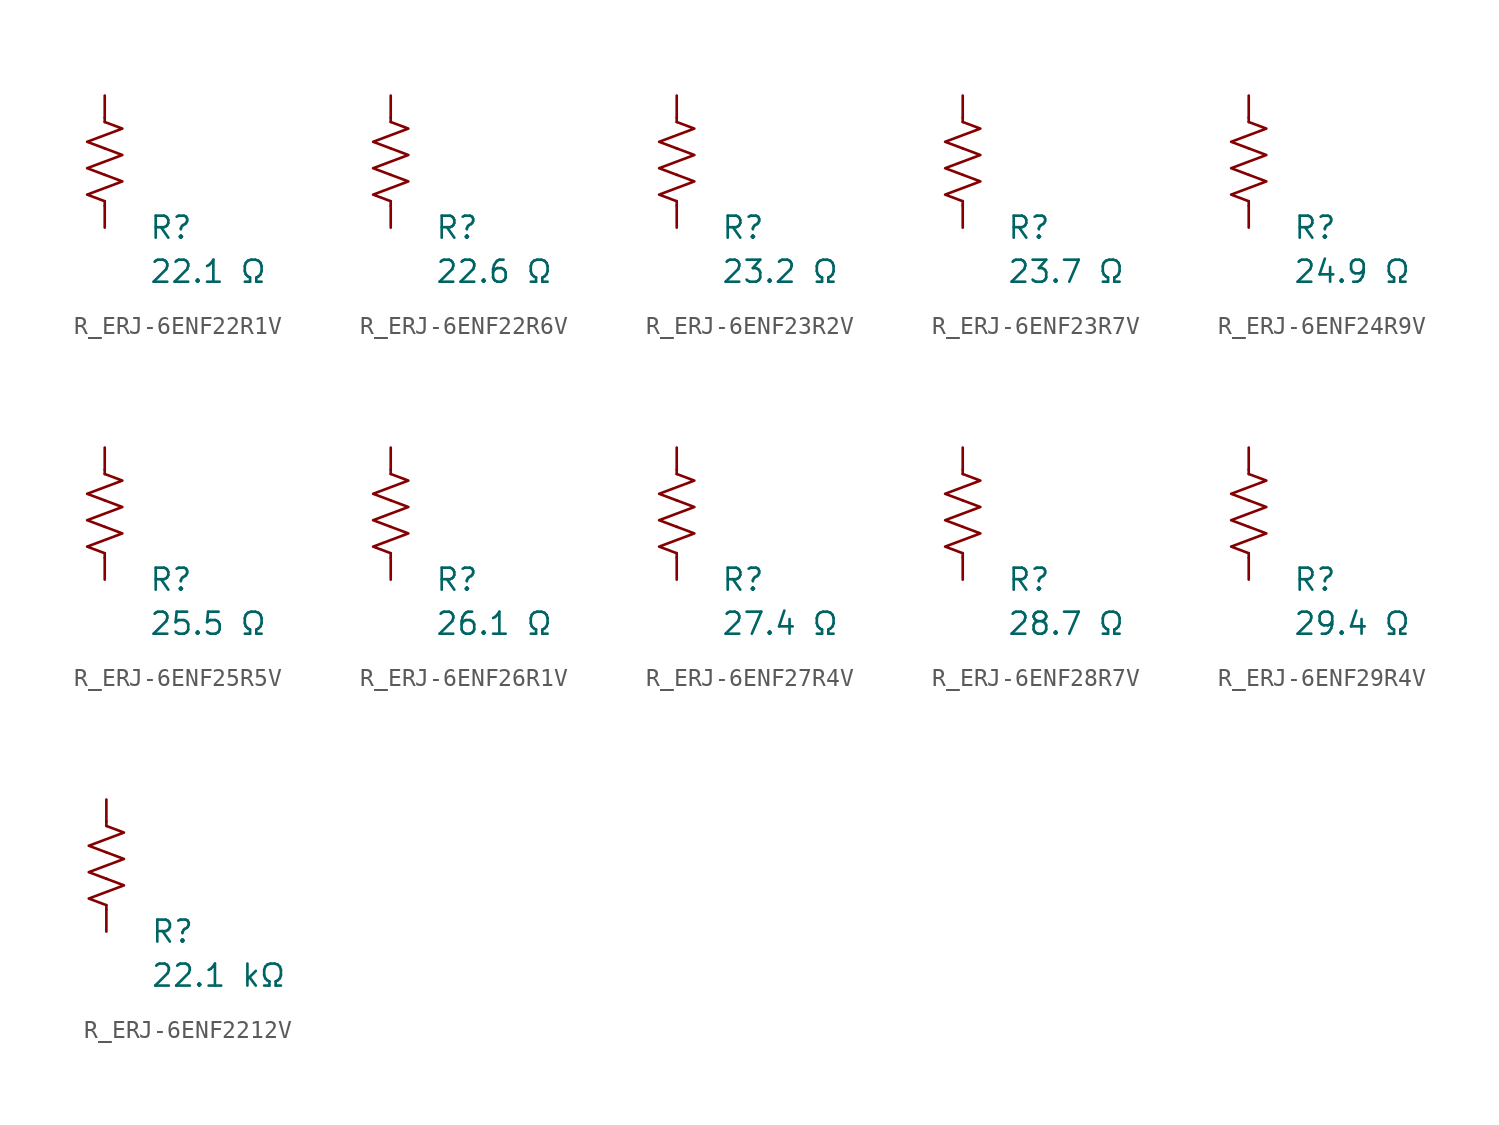
<source format=kicad_sym>
(kicad_symbol_lib
  (version 20231120)
  (generator "kicad_symbol_editor")
  (generator_version "8.0")
  (symbol "R_ERJ-6ENF22R1V"
    (pin_numbers hide)
    (pin_names
      (offset 0))
    (property "Reference" "R"
      (at 2.54 -3.81 0)
      (effects (font (size 1.27 1.27)) (justify left))
      (show_name no))
    (property "Value" "22.1 Ω"
      (at 2.54 -6.35 0)
      (effects (font (size 1.27 1.27)) (justify left))
      (show_name no))
    (symbol "R_ERJ-6ENF22R1V_0_1"
      (polyline (pts (xy 0 -2.286) (xy 0 -2.54)) (stroke (width 0) (type default)) (fill (type none)))
      (polyline (pts (xy 0 2.286) (xy 0 2.54)) (stroke (width 0) (type default)) (fill (type none)))
      (polyline (pts (xy 0 -0.762) (xy 1.016 -1.143) (xy 0 -1.524) (xy -1.016 -1.905) (xy 0 -2.286)) (stroke (width 0) (type default)) (fill (type none)))
      (polyline (pts (xy 0 0.762) (xy 1.016 0.381) (xy 0 0) (xy -1.016 -0.381) (xy 0 -0.762)) (stroke (width 0) (type default)) (fill (type none)))
      (polyline (pts (xy 0 2.286) (xy 1.016 1.905) (xy 0 1.524) (xy -1.016 1.143) (xy 0 0.762)) (stroke (width 0) (type default)) (fill (type none))))
    (symbol "R_ERJ-6ENF22R1V_1_1"
      (pin passive line (at 0 3.81 270) (length 1.27) (name "~" (effects (font (size 1.27 1.27)))) (number "1" (effects (font (size 1.27 1.27)))))
      (pin passive line (at 0 -3.81 90) (length 1.27) (name "~" (effects (font (size 1.27 1.27)))) (number "2" (effects (font (size 1.27 1.27)))))))
  (symbol "R_ERJ-6ENF22R6V"
    (pin_numbers hide)
    (pin_names
      (offset 0))
    (property "Reference" "R"
      (at 2.54 -3.81 0)
      (effects (font (size 1.27 1.27)) (justify left))
      (show_name no))
    (property "Value" "22.6 Ω"
      (at 2.54 -6.35 0)
      (effects (font (size 1.27 1.27)) (justify left))
      (show_name no))
    (symbol "R_ERJ-6ENF22R6V_0_1"
      (polyline (pts (xy 0 -2.286) (xy 0 -2.54)) (stroke (width 0) (type default)) (fill (type none)))
      (polyline (pts (xy 0 2.286) (xy 0 2.54)) (stroke (width 0) (type default)) (fill (type none)))
      (polyline (pts (xy 0 -0.762) (xy 1.016 -1.143) (xy 0 -1.524) (xy -1.016 -1.905) (xy 0 -2.286)) (stroke (width 0) (type default)) (fill (type none)))
      (polyline (pts (xy 0 0.762) (xy 1.016 0.381) (xy 0 0) (xy -1.016 -0.381) (xy 0 -0.762)) (stroke (width 0) (type default)) (fill (type none)))
      (polyline (pts (xy 0 2.286) (xy 1.016 1.905) (xy 0 1.524) (xy -1.016 1.143) (xy 0 0.762)) (stroke (width 0) (type default)) (fill (type none))))
    (symbol "R_ERJ-6ENF22R6V_1_1"
      (pin passive line (at 0 3.81 270) (length 1.27) (name "~" (effects (font (size 1.27 1.27)))) (number "1" (effects (font (size 1.27 1.27)))))
      (pin passive line (at 0 -3.81 90) (length 1.27) (name "~" (effects (font (size 1.27 1.27)))) (number "2" (effects (font (size 1.27 1.27)))))))
  (symbol "R_ERJ-6ENF23R2V"
    (pin_numbers hide)
    (pin_names
      (offset 0))
    (property "Reference" "R"
      (at 2.54 -3.81 0)
      (effects (font (size 1.27 1.27)) (justify left))
      (show_name no))
    (property "Value" "23.2 Ω"
      (at 2.54 -6.35 0)
      (effects (font (size 1.27 1.27)) (justify left))
      (show_name no))
    (symbol "R_ERJ-6ENF23R2V_0_1"
      (polyline (pts (xy 0 -2.286) (xy 0 -2.54)) (stroke (width 0) (type default)) (fill (type none)))
      (polyline (pts (xy 0 2.286) (xy 0 2.54)) (stroke (width 0) (type default)) (fill (type none)))
      (polyline (pts (xy 0 -0.762) (xy 1.016 -1.143) (xy 0 -1.524) (xy -1.016 -1.905) (xy 0 -2.286)) (stroke (width 0) (type default)) (fill (type none)))
      (polyline (pts (xy 0 0.762) (xy 1.016 0.381) (xy 0 0) (xy -1.016 -0.381) (xy 0 -0.762)) (stroke (width 0) (type default)) (fill (type none)))
      (polyline (pts (xy 0 2.286) (xy 1.016 1.905) (xy 0 1.524) (xy -1.016 1.143) (xy 0 0.762)) (stroke (width 0) (type default)) (fill (type none))))
    (symbol "R_ERJ-6ENF23R2V_1_1"
      (pin passive line (at 0 3.81 270) (length 1.27) (name "~" (effects (font (size 1.27 1.27)))) (number "1" (effects (font (size 1.27 1.27)))))
      (pin passive line (at 0 -3.81 90) (length 1.27) (name "~" (effects (font (size 1.27 1.27)))) (number "2" (effects (font (size 1.27 1.27)))))))
  (symbol "R_ERJ-6ENF23R7V"
    (pin_numbers hide)
    (pin_names
      (offset 0))
    (property "Reference" "R"
      (at 2.54 -3.81 0)
      (effects (font (size 1.27 1.27)) (justify left))
      (show_name no))
    (property "Value" "23.7 Ω"
      (at 2.54 -6.35 0)
      (effects (font (size 1.27 1.27)) (justify left))
      (show_name no))
    (symbol "R_ERJ-6ENF23R7V_0_1"
      (polyline (pts (xy 0 -2.286) (xy 0 -2.54)) (stroke (width 0) (type default)) (fill (type none)))
      (polyline (pts (xy 0 2.286) (xy 0 2.54)) (stroke (width 0) (type default)) (fill (type none)))
      (polyline (pts (xy 0 -0.762) (xy 1.016 -1.143) (xy 0 -1.524) (xy -1.016 -1.905) (xy 0 -2.286)) (stroke (width 0) (type default)) (fill (type none)))
      (polyline (pts (xy 0 0.762) (xy 1.016 0.381) (xy 0 0) (xy -1.016 -0.381) (xy 0 -0.762)) (stroke (width 0) (type default)) (fill (type none)))
      (polyline (pts (xy 0 2.286) (xy 1.016 1.905) (xy 0 1.524) (xy -1.016 1.143) (xy 0 0.762)) (stroke (width 0) (type default)) (fill (type none))))
    (symbol "R_ERJ-6ENF23R7V_1_1"
      (pin passive line (at 0 3.81 270) (length 1.27) (name "~" (effects (font (size 1.27 1.27)))) (number "1" (effects (font (size 1.27 1.27)))))
      (pin passive line (at 0 -3.81 90) (length 1.27) (name "~" (effects (font (size 1.27 1.27)))) (number "2" (effects (font (size 1.27 1.27)))))))
  (symbol "R_ERJ-6ENF24R9V"
    (pin_numbers hide)
    (pin_names
      (offset 0))
    (property "Reference" "R"
      (at 2.54 -3.81 0)
      (effects (font (size 1.27 1.27)) (justify left))
      (show_name no))
    (property "Value" "24.9 Ω"
      (at 2.54 -6.35 0)
      (effects (font (size 1.27 1.27)) (justify left))
      (show_name no))
    (symbol "R_ERJ-6ENF24R9V_0_1"
      (polyline (pts (xy 0 -2.286) (xy 0 -2.54)) (stroke (width 0) (type default)) (fill (type none)))
      (polyline (pts (xy 0 2.286) (xy 0 2.54)) (stroke (width 0) (type default)) (fill (type none)))
      (polyline (pts (xy 0 -0.762) (xy 1.016 -1.143) (xy 0 -1.524) (xy -1.016 -1.905) (xy 0 -2.286)) (stroke (width 0) (type default)) (fill (type none)))
      (polyline (pts (xy 0 0.762) (xy 1.016 0.381) (xy 0 0) (xy -1.016 -0.381) (xy 0 -0.762)) (stroke (width 0) (type default)) (fill (type none)))
      (polyline (pts (xy 0 2.286) (xy 1.016 1.905) (xy 0 1.524) (xy -1.016 1.143) (xy 0 0.762)) (stroke (width 0) (type default)) (fill (type none))))
    (symbol "R_ERJ-6ENF24R9V_1_1"
      (pin passive line (at 0 3.81 270) (length 1.27) (name "~" (effects (font (size 1.27 1.27)))) (number "1" (effects (font (size 1.27 1.27)))))
      (pin passive line (at 0 -3.81 90) (length 1.27) (name "~" (effects (font (size 1.27 1.27)))) (number "2" (effects (font (size 1.27 1.27)))))))
  (symbol "R_ERJ-6ENF25R5V"
    (pin_numbers hide)
    (pin_names
      (offset 0))
    (property "Reference" "R"
      (at 2.54 -3.81 0)
      (effects (font (size 1.27 1.27)) (justify left))
      (show_name no))
    (property "Value" "25.5 Ω"
      (at 2.54 -6.35 0)
      (effects (font (size 1.27 1.27)) (justify left))
      (show_name no))
    (symbol "R_ERJ-6ENF25R5V_0_1"
      (polyline (pts (xy 0 -2.286) (xy 0 -2.54)) (stroke (width 0) (type default)) (fill (type none)))
      (polyline (pts (xy 0 2.286) (xy 0 2.54)) (stroke (width 0) (type default)) (fill (type none)))
      (polyline (pts (xy 0 -0.762) (xy 1.016 -1.143) (xy 0 -1.524) (xy -1.016 -1.905) (xy 0 -2.286)) (stroke (width 0) (type default)) (fill (type none)))
      (polyline (pts (xy 0 0.762) (xy 1.016 0.381) (xy 0 0) (xy -1.016 -0.381) (xy 0 -0.762)) (stroke (width 0) (type default)) (fill (type none)))
      (polyline (pts (xy 0 2.286) (xy 1.016 1.905) (xy 0 1.524) (xy -1.016 1.143) (xy 0 0.762)) (stroke (width 0) (type default)) (fill (type none))))
    (symbol "R_ERJ-6ENF25R5V_1_1"
      (pin passive line (at 0 3.81 270) (length 1.27) (name "~" (effects (font (size 1.27 1.27)))) (number "1" (effects (font (size 1.27 1.27)))))
      (pin passive line (at 0 -3.81 90) (length 1.27) (name "~" (effects (font (size 1.27 1.27)))) (number "2" (effects (font (size 1.27 1.27)))))))
  (symbol "R_ERJ-6ENF26R1V"
    (pin_numbers hide)
    (pin_names
      (offset 0))
    (property "Reference" "R"
      (at 2.54 -3.81 0)
      (effects (font (size 1.27 1.27)) (justify left))
      (show_name no))
    (property "Value" "26.1 Ω"
      (at 2.54 -6.35 0)
      (effects (font (size 1.27 1.27)) (justify left))
      (show_name no))
    (symbol "R_ERJ-6ENF26R1V_0_1"
      (polyline (pts (xy 0 -2.286) (xy 0 -2.54)) (stroke (width 0) (type default)) (fill (type none)))
      (polyline (pts (xy 0 2.286) (xy 0 2.54)) (stroke (width 0) (type default)) (fill (type none)))
      (polyline (pts (xy 0 -0.762) (xy 1.016 -1.143) (xy 0 -1.524) (xy -1.016 -1.905) (xy 0 -2.286)) (stroke (width 0) (type default)) (fill (type none)))
      (polyline (pts (xy 0 0.762) (xy 1.016 0.381) (xy 0 0) (xy -1.016 -0.381) (xy 0 -0.762)) (stroke (width 0) (type default)) (fill (type none)))
      (polyline (pts (xy 0 2.286) (xy 1.016 1.905) (xy 0 1.524) (xy -1.016 1.143) (xy 0 0.762)) (stroke (width 0) (type default)) (fill (type none))))
    (symbol "R_ERJ-6ENF26R1V_1_1"
      (pin passive line (at 0 3.81 270) (length 1.27) (name "~" (effects (font (size 1.27 1.27)))) (number "1" (effects (font (size 1.27 1.27)))))
      (pin passive line (at 0 -3.81 90) (length 1.27) (name "~" (effects (font (size 1.27 1.27)))) (number "2" (effects (font (size 1.27 1.27)))))))
  (symbol "R_ERJ-6ENF27R4V"
    (pin_numbers hide)
    (pin_names
      (offset 0))
    (property "Reference" "R"
      (at 2.54 -3.81 0)
      (effects (font (size 1.27 1.27)) (justify left))
      (show_name no))
    (property "Value" "27.4 Ω"
      (at 2.54 -6.35 0)
      (effects (font (size 1.27 1.27)) (justify left))
      (show_name no))
    (symbol "R_ERJ-6ENF27R4V_0_1"
      (polyline (pts (xy 0 -2.286) (xy 0 -2.54)) (stroke (width 0) (type default)) (fill (type none)))
      (polyline (pts (xy 0 2.286) (xy 0 2.54)) (stroke (width 0) (type default)) (fill (type none)))
      (polyline (pts (xy 0 -0.762) (xy 1.016 -1.143) (xy 0 -1.524) (xy -1.016 -1.905) (xy 0 -2.286)) (stroke (width 0) (type default)) (fill (type none)))
      (polyline (pts (xy 0 0.762) (xy 1.016 0.381) (xy 0 0) (xy -1.016 -0.381) (xy 0 -0.762)) (stroke (width 0) (type default)) (fill (type none)))
      (polyline (pts (xy 0 2.286) (xy 1.016 1.905) (xy 0 1.524) (xy -1.016 1.143) (xy 0 0.762)) (stroke (width 0) (type default)) (fill (type none))))
    (symbol "R_ERJ-6ENF27R4V_1_1"
      (pin passive line (at 0 3.81 270) (length 1.27) (name "~" (effects (font (size 1.27 1.27)))) (number "1" (effects (font (size 1.27 1.27)))))
      (pin passive line (at 0 -3.81 90) (length 1.27) (name "~" (effects (font (size 1.27 1.27)))) (number "2" (effects (font (size 1.27 1.27)))))))
  (symbol "R_ERJ-6ENF28R7V"
    (pin_numbers hide)
    (pin_names
      (offset 0))
    (property "Reference" "R"
      (at 2.54 -3.81 0)
      (effects (font (size 1.27 1.27)) (justify left))
      (show_name no))
    (property "Value" "28.7 Ω"
      (at 2.54 -6.35 0)
      (effects (font (size 1.27 1.27)) (justify left))
      (show_name no))
    (symbol "R_ERJ-6ENF28R7V_0_1"
      (polyline (pts (xy 0 -2.286) (xy 0 -2.54)) (stroke (width 0) (type default)) (fill (type none)))
      (polyline (pts (xy 0 2.286) (xy 0 2.54)) (stroke (width 0) (type default)) (fill (type none)))
      (polyline (pts (xy 0 -0.762) (xy 1.016 -1.143) (xy 0 -1.524) (xy -1.016 -1.905) (xy 0 -2.286)) (stroke (width 0) (type default)) (fill (type none)))
      (polyline (pts (xy 0 0.762) (xy 1.016 0.381) (xy 0 0) (xy -1.016 -0.381) (xy 0 -0.762)) (stroke (width 0) (type default)) (fill (type none)))
      (polyline (pts (xy 0 2.286) (xy 1.016 1.905) (xy 0 1.524) (xy -1.016 1.143) (xy 0 0.762)) (stroke (width 0) (type default)) (fill (type none))))
    (symbol "R_ERJ-6ENF28R7V_1_1"
      (pin passive line (at 0 3.81 270) (length 1.27) (name "~" (effects (font (size 1.27 1.27)))) (number "1" (effects (font (size 1.27 1.27)))))
      (pin passive line (at 0 -3.81 90) (length 1.27) (name "~" (effects (font (size 1.27 1.27)))) (number "2" (effects (font (size 1.27 1.27)))))))
  (symbol "R_ERJ-6ENF29R4V"
    (pin_numbers hide)
    (pin_names
      (offset 0))
    (property "Reference" "R"
      (at 2.54 -3.81 0)
      (effects (font (size 1.27 1.27)) (justify left))
      (show_name no))
    (property "Value" "29.4 Ω"
      (at 2.54 -6.35 0)
      (effects (font (size 1.27 1.27)) (justify left))
      (show_name no))
    (symbol "R_ERJ-6ENF29R4V_0_1"
      (polyline (pts (xy 0 -2.286) (xy 0 -2.54)) (stroke (width 0) (type default)) (fill (type none)))
      (polyline (pts (xy 0 2.286) (xy 0 2.54)) (stroke (width 0) (type default)) (fill (type none)))
      (polyline (pts (xy 0 -0.762) (xy 1.016 -1.143) (xy 0 -1.524) (xy -1.016 -1.905) (xy 0 -2.286)) (stroke (width 0) (type default)) (fill (type none)))
      (polyline (pts (xy 0 0.762) (xy 1.016 0.381) (xy 0 0) (xy -1.016 -0.381) (xy 0 -0.762)) (stroke (width 0) (type default)) (fill (type none)))
      (polyline (pts (xy 0 2.286) (xy 1.016 1.905) (xy 0 1.524) (xy -1.016 1.143) (xy 0 0.762)) (stroke (width 0) (type default)) (fill (type none))))
    (symbol "R_ERJ-6ENF29R4V_1_1"
      (pin passive line (at 0 3.81 270) (length 1.27) (name "~" (effects (font (size 1.27 1.27)))) (number "1" (effects (font (size 1.27 1.27)))))
      (pin passive line (at 0 -3.81 90) (length 1.27) (name "~" (effects (font (size 1.27 1.27)))) (number "2" (effects (font (size 1.27 1.27)))))))
  (symbol "R_ERJ-6ENF2212V"
    (pin_numbers hide)
    (pin_names
      (offset 0))
    (property "Reference" "R"
      (at 2.54 -3.81 0)
      (effects (font (size 1.27 1.27)) (justify left))
      (show_name no))
    (property "Value" "22.1 kΩ"
      (at 2.54 -6.35 0)
      (effects (font (size 1.27 1.27)) (justify left))
      (show_name no))
    (symbol "R_ERJ-6ENF2212V_0_1"
      (polyline (pts (xy 0 -2.286) (xy 0 -2.54)) (stroke (width 0) (type default)) (fill (type none)))
      (polyline (pts (xy 0 2.286) (xy 0 2.54)) (stroke (width 0) (type default)) (fill (type none)))
      (polyline (pts (xy 0 -0.762) (xy 1.016 -1.143) (xy 0 -1.524) (xy -1.016 -1.905) (xy 0 -2.286)) (stroke (width 0) (type default)) (fill (type none)))
      (polyline (pts (xy 0 0.762) (xy 1.016 0.381) (xy 0 0) (xy -1.016 -0.381) (xy 0 -0.762)) (stroke (width 0) (type default)) (fill (type none)))
      (polyline (pts (xy 0 2.286) (xy 1.016 1.905) (xy 0 1.524) (xy -1.016 1.143) (xy 0 0.762)) (stroke (width 0) (type default)) (fill (type none))))
    (symbol "R_ERJ-6ENF2212V_1_1"
      (pin passive line (at 0 3.81 270) (length 1.27) (name "~" (effects (font (size 1.27 1.27)))) (number "1" (effects (font (size 1.27 1.27)))))
      (pin passive line (at 0 -3.81 90) (length 1.27) (name "~" (effects (font (size 1.27 1.27)))) (number "2" (effects (font (size 1.27 1.27))))))))
</source>
